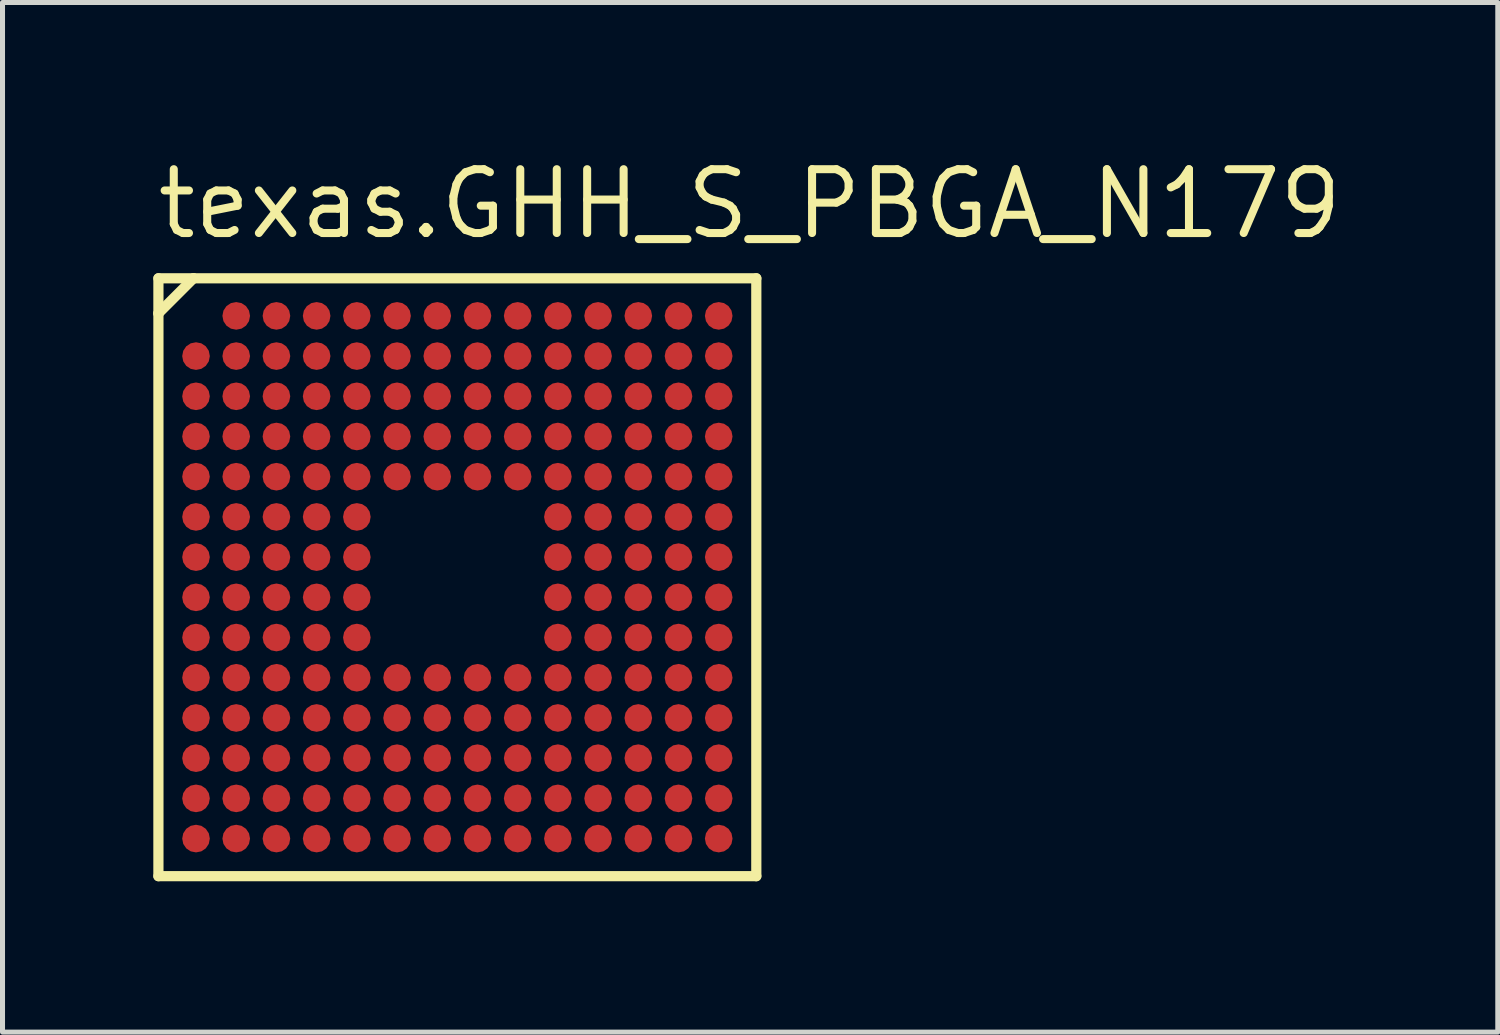
<source format=kicad_pcb>
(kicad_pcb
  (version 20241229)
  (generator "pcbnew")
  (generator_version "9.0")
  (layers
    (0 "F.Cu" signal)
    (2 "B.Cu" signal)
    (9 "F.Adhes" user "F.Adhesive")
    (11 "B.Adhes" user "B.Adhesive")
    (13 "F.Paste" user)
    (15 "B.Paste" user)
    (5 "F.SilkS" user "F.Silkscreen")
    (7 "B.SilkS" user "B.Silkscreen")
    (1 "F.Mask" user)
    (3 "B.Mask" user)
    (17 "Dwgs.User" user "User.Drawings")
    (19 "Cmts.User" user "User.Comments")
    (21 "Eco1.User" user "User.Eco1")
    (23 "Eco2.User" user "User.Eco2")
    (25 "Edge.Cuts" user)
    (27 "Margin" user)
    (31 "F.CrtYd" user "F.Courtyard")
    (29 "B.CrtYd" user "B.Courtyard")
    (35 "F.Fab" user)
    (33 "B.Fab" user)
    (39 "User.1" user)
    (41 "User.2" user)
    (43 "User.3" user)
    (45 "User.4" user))
  (footprint "texas.GHH_S_PBGA_N179"
    (layer "F.Cu")
    (at 6.05 8.435)
    (property "Reference" "texas.GHH_S_PBGA_N179" (at -6.05 -6.685 0) (layer "F.SilkS") (effects (font (size 1.27 1.27) (thickness 0.16)) (justify left bottom)))
    (attr smd)
    (fp_circle (center -5.2 -4.4) (end -4.925 -4.4) (stroke (width 0.1) (type default)) (fill no) (layer "F.Mask"))
    (fp_circle (center -5.2 -3.6) (end -4.925 -3.6) (stroke (width 0.1) (type default)) (fill no) (layer "F.Mask"))
    (fp_circle (center -5.2 -2.8) (end -4.925 -2.8) (stroke (width 0.1) (type default)) (fill no) (layer "F.Mask"))
    (fp_circle (center -5.2 -2) (end -4.925 -2) (stroke (width 0.1) (type default)) (fill no) (layer "F.Mask"))
    (fp_circle (center -5.2 -1.2) (end -4.925 -1.2) (stroke (width 0.1) (type default)) (fill no) (layer "F.Mask"))
    (fp_circle (center -5.2 -0.4) (end -4.925 -0.4) (stroke (width 0.1) (type default)) (fill no) (layer "F.Mask"))
    (fp_circle (center -5.2 0.4) (end -4.925 0.4) (stroke (width 0.1) (type default)) (fill no) (layer "F.Mask"))
    (fp_circle (center -5.2 1.2) (end -4.925 1.2) (stroke (width 0.1) (type default)) (fill no) (layer "F.Mask"))
    (fp_circle (center -5.2 2) (end -4.925 2) (stroke (width 0.1) (type default)) (fill no) (layer "F.Mask"))
    (fp_circle (center -5.2 2.8) (end -4.925 2.8) (stroke (width 0.1) (type default)) (fill no) (layer "F.Mask"))
    (fp_circle (center -5.2 3.6) (end -4.925 3.6) (stroke (width 0.1) (type default)) (fill no) (layer "F.Mask"))
    (fp_circle (center -5.2 4.4) (end -4.925 4.4) (stroke (width 0.1) (type default)) (fill no) (layer "F.Mask"))
    (fp_circle (center -5.2 5.2) (end -4.925 5.2) (stroke (width 0.1) (type default)) (fill no) (layer "F.Mask"))
    (fp_circle (center -4.4 -5.2) (end -4.125 -5.2) (stroke (width 0.1) (type default)) (fill no) (layer "F.Mask"))
    (fp_circle (center -4.4 -4.4) (end -4.125 -4.4) (stroke (width 0.1) (type default)) (fill no) (layer "F.Mask"))
    (fp_circle (center -4.4 -3.6) (end -4.125 -3.6) (stroke (width 0.1) (type default)) (fill no) (layer "F.Mask"))
    (fp_circle (center -4.4 -2.8) (end -4.125 -2.8) (stroke (width 0.1) (type default)) (fill no) (layer "F.Mask"))
    (fp_circle (center -4.4 -2) (end -4.125 -2) (stroke (width 0.1) (type default)) (fill no) (layer "F.Mask"))
    (fp_circle (center -4.4 -1.2) (end -4.125 -1.2) (stroke (width 0.1) (type default)) (fill no) (layer "F.Mask"))
    (fp_circle (center -4.4 -0.4) (end -4.125 -0.4) (stroke (width 0.1) (type default)) (fill no) (layer "F.Mask"))
    (fp_circle (center -4.4 0.4) (end -4.125 0.4) (stroke (width 0.1) (type default)) (fill no) (layer "F.Mask"))
    (fp_circle (center -4.4 1.2) (end -4.125 1.2) (stroke (width 0.1) (type default)) (fill no) (layer "F.Mask"))
    (fp_circle (center -4.4 2) (end -4.125 2) (stroke (width 0.1) (type default)) (fill no) (layer "F.Mask"))
    (fp_circle (center -4.4 2.8) (end -4.125 2.8) (stroke (width 0.1) (type default)) (fill no) (layer "F.Mask"))
    (fp_circle (center -4.4 3.6) (end -4.125 3.6) (stroke (width 0.1) (type default)) (fill no) (layer "F.Mask"))
    (fp_circle (center -4.4 4.4) (end -4.125 4.4) (stroke (width 0.1) (type default)) (fill no) (layer "F.Mask"))
    (fp_circle (center -4.4 5.2) (end -4.125 5.2) (stroke (width 0.1) (type default)) (fill no) (layer "F.Mask"))
    (fp_circle (center -3.6 -5.2) (end -3.325 -5.2) (stroke (width 0.1) (type default)) (fill no) (layer "F.Mask"))
    (fp_circle (center -3.6 -4.4) (end -3.325 -4.4) (stroke (width 0.1) (type default)) (fill no) (layer "F.Mask"))
    (fp_circle (center -3.6 -3.6) (end -3.325 -3.6) (stroke (width 0.1) (type default)) (fill no) (layer "F.Mask"))
    (fp_circle (center -3.6 -2.8) (end -3.325 -2.8) (stroke (width 0.1) (type default)) (fill no) (layer "F.Mask"))
    (fp_circle (center -3.6 -2) (end -3.325 -2) (stroke (width 0.1) (type default)) (fill no) (layer "F.Mask"))
    (fp_circle (center -3.6 -1.2) (end -3.325 -1.2) (stroke (width 0.1) (type default)) (fill no) (layer "F.Mask"))
    (fp_circle (center -3.6 -0.4) (end -3.325 -0.4) (stroke (width 0.1) (type default)) (fill no) (layer "F.Mask"))
    (fp_circle (center -3.6 0.4) (end -3.325 0.4) (stroke (width 0.1) (type default)) (fill no) (layer "F.Mask"))
    (fp_circle (center -3.6 1.2) (end -3.325 1.2) (stroke (width 0.1) (type default)) (fill no) (layer "F.Mask"))
    (fp_circle (center -3.6 2) (end -3.325 2) (stroke (width 0.1) (type default)) (fill no) (layer "F.Mask"))
    (fp_circle (center -3.6 2.8) (end -3.325 2.8) (stroke (width 0.1) (type default)) (fill no) (layer "F.Mask"))
    (fp_circle (center -3.6 3.6) (end -3.325 3.6) (stroke (width 0.1) (type default)) (fill no) (layer "F.Mask"))
    (fp_circle (center -3.6 4.4) (end -3.325 4.4) (stroke (width 0.1) (type default)) (fill no) (layer "F.Mask"))
    (fp_circle (center -3.6 5.2) (end -3.325 5.2) (stroke (width 0.1) (type default)) (fill no) (layer "F.Mask"))
    (fp_circle (center -2.8 -5.2) (end -2.525 -5.2) (stroke (width 0.1) (type default)) (fill no) (layer "F.Mask"))
    (fp_circle (center -2.8 -4.4) (end -2.525 -4.4) (stroke (width 0.1) (type default)) (fill no) (layer "F.Mask"))
    (fp_circle (center -2.8 -3.6) (end -2.525 -3.6) (stroke (width 0.1) (type default)) (fill no) (layer "F.Mask"))
    (fp_circle (center -2.8 -2.8) (end -2.525 -2.8) (stroke (width 0.1) (type default)) (fill no) (layer "F.Mask"))
    (fp_circle (center -2.8 -2) (end -2.525 -2) (stroke (width 0.1) (type default)) (fill no) (layer "F.Mask"))
    (fp_circle (center -2.8 -1.2) (end -2.525 -1.2) (stroke (width 0.1) (type default)) (fill no) (layer "F.Mask"))
    (fp_circle (center -2.8 -0.4) (end -2.525 -0.4) (stroke (width 0.1) (type default)) (fill no) (layer "F.Mask"))
    (fp_circle (center -2.8 0.4) (end -2.525 0.4) (stroke (width 0.1) (type default)) (fill no) (layer "F.Mask"))
    (fp_circle (center -2.8 1.2) (end -2.525 1.2) (stroke (width 0.1) (type default)) (fill no) (layer "F.Mask"))
    (fp_circle (center -2.8 2) (end -2.525 2) (stroke (width 0.1) (type default)) (fill no) (layer "F.Mask"))
    (fp_circle (center -2.8 2.8) (end -2.525 2.8) (stroke (width 0.1) (type default)) (fill no) (layer "F.Mask"))
    (fp_circle (center -2.8 3.6) (end -2.525 3.6) (stroke (width 0.1) (type default)) (fill no) (layer "F.Mask"))
    (fp_circle (center -2.8 4.4) (end -2.525 4.4) (stroke (width 0.1) (type default)) (fill no) (layer "F.Mask"))
    (fp_circle (center -2.8 5.2) (end -2.525 5.2) (stroke (width 0.1) (type default)) (fill no) (layer "F.Mask"))
    (fp_circle (center -2 -5.2) (end -1.725 -5.2) (stroke (width 0.1) (type default)) (fill no) (layer "F.Mask"))
    (fp_circle (center -2 -4.4) (end -1.725 -4.4) (stroke (width 0.1) (type default)) (fill no) (layer "F.Mask"))
    (fp_circle (center -2 -3.6) (end -1.725 -3.6) (stroke (width 0.1) (type default)) (fill no) (layer "F.Mask"))
    (fp_circle (center -2 -2.8) (end -1.725 -2.8) (stroke (width 0.1) (type default)) (fill no) (layer "F.Mask"))
    (fp_circle (center -2 -2) (end -1.725 -2) (stroke (width 0.1) (type default)) (fill no) (layer "F.Mask"))
    (fp_circle (center -2 -1.2) (end -1.725 -1.2) (stroke (width 0.1) (type default)) (fill no) (layer "F.Mask"))
    (fp_circle (center -2 -0.4) (end -1.725 -0.4) (stroke (width 0.1) (type default)) (fill no) (layer "F.Mask"))
    (fp_circle (center -2 0.4) (end -1.725 0.4) (stroke (width 0.1) (type default)) (fill no) (layer "F.Mask"))
    (fp_circle (center -2 1.2) (end -1.725 1.2) (stroke (width 0.1) (type default)) (fill no) (layer "F.Mask"))
    (fp_circle (center -2 2) (end -1.725 2) (stroke (width 0.1) (type default)) (fill no) (layer "F.Mask"))
    (fp_circle (center -2 2.8) (end -1.725 2.8) (stroke (width 0.1) (type default)) (fill no) (layer "F.Mask"))
    (fp_circle (center -2 3.6) (end -1.725 3.6) (stroke (width 0.1) (type default)) (fill no) (layer "F.Mask"))
    (fp_circle (center -2 4.4) (end -1.725 4.4) (stroke (width 0.1) (type default)) (fill no) (layer "F.Mask"))
    (fp_circle (center -2 5.2) (end -1.725 5.2) (stroke (width 0.1) (type default)) (fill no) (layer "F.Mask"))
    (fp_circle (center -1.2 -5.2) (end -0.925 -5.2) (stroke (width 0.1) (type default)) (fill no) (layer "F.Mask"))
    (fp_circle (center -1.2 -4.4) (end -0.925 -4.4) (stroke (width 0.1) (type default)) (fill no) (layer "F.Mask"))
    (fp_circle (center -1.2 -3.6) (end -0.925 -3.6) (stroke (width 0.1) (type default)) (fill no) (layer "F.Mask"))
    (fp_circle (center -1.2 -2.8) (end -0.925 -2.8) (stroke (width 0.1) (type default)) (fill no) (layer "F.Mask"))
    (fp_circle (center -1.2 -2) (end -0.925 -2) (stroke (width 0.1) (type default)) (fill no) (layer "F.Mask"))
    (fp_circle (center -1.2 2) (end -0.925 2) (stroke (width 0.1) (type default)) (fill no) (layer "F.Mask"))
    (fp_circle (center -1.2 2.8) (end -0.925 2.8) (stroke (width 0.1) (type default)) (fill no) (layer "F.Mask"))
    (fp_circle (center -1.2 3.6) (end -0.925 3.6) (stroke (width 0.1) (type default)) (fill no) (layer "F.Mask"))
    (fp_circle (center -1.2 4.4) (end -0.925 4.4) (stroke (width 0.1) (type default)) (fill no) (layer "F.Mask"))
    (fp_circle (center -1.2 5.2) (end -0.925 5.2) (stroke (width 0.1) (type default)) (fill no) (layer "F.Mask"))
    (fp_circle (center -0.4 -5.2) (end -0.125 -5.2) (stroke (width 0.1) (type default)) (fill no) (layer "F.Mask"))
    (fp_circle (center -0.4 -4.4) (end -0.125 -4.4) (stroke (width 0.1) (type default)) (fill no) (layer "F.Mask"))
    (fp_circle (center -0.4 -3.6) (end -0.125 -3.6) (stroke (width 0.1) (type default)) (fill no) (layer "F.Mask"))
    (fp_circle (center -0.4 -2.8) (end -0.125 -2.8) (stroke (width 0.1) (type default)) (fill no) (layer "F.Mask"))
    (fp_circle (center -0.4 -2) (end -0.125 -2) (stroke (width 0.1) (type default)) (fill no) (layer "F.Mask"))
    (fp_circle (center -0.4 2) (end -0.125 2) (stroke (width 0.1) (type default)) (fill no) (layer "F.Mask"))
    (fp_circle (center -0.4 2.8) (end -0.125 2.8) (stroke (width 0.1) (type default)) (fill no) (layer "F.Mask"))
    (fp_circle (center -0.4 3.6) (end -0.125 3.6) (stroke (width 0.1) (type default)) (fill no) (layer "F.Mask"))
    (fp_circle (center -0.4 4.4) (end -0.125 4.4) (stroke (width 0.1) (type default)) (fill no) (layer "F.Mask"))
    (fp_circle (center -0.4 5.2) (end -0.125 5.2) (stroke (width 0.1) (type default)) (fill no) (layer "F.Mask"))
    (fp_circle (center 0.4 -5.2) (end 0.675 -5.2) (stroke (width 0.1) (type default)) (fill no) (layer "F.Mask"))
    (fp_circle (center 0.4 -4.4) (end 0.675 -4.4) (stroke (width 0.1) (type default)) (fill no) (layer "F.Mask"))
    (fp_circle (center 0.4 -3.6) (end 0.675 -3.6) (stroke (width 0.1) (type default)) (fill no) (layer "F.Mask"))
    (fp_circle (center 0.4 -2.8) (end 0.675 -2.8) (stroke (width 0.1) (type default)) (fill no) (layer "F.Mask"))
    (fp_circle (center 0.4 -2) (end 0.675 -2) (stroke (width 0.1) (type default)) (fill no) (layer "F.Mask"))
    (fp_circle (center 0.4 2) (end 0.675 2) (stroke (width 0.1) (type default)) (fill no) (layer "F.Mask"))
    (fp_circle (center 0.4 2.8) (end 0.675 2.8) (stroke (width 0.1) (type default)) (fill no) (layer "F.Mask"))
    (fp_circle (center 0.4 3.6) (end 0.675 3.6) (stroke (width 0.1) (type default)) (fill no) (layer "F.Mask"))
    (fp_circle (center 0.4 4.4) (end 0.675 4.4) (stroke (width 0.1) (type default)) (fill no) (layer "F.Mask"))
    (fp_circle (center 0.4 5.2) (end 0.675 5.2) (stroke (width 0.1) (type default)) (fill no) (layer "F.Mask"))
    (fp_circle (center 1.2 -5.2) (end 1.475 -5.2) (stroke (width 0.1) (type default)) (fill no) (layer "F.Mask"))
    (fp_circle (center 1.2 -4.4) (end 1.475 -4.4) (stroke (width 0.1) (type default)) (fill no) (layer "F.Mask"))
    (fp_circle (center 1.2 -3.6) (end 1.475 -3.6) (stroke (width 0.1) (type default)) (fill no) (layer "F.Mask"))
    (fp_circle (center 1.2 -2.8) (end 1.475 -2.8) (stroke (width 0.1) (type default)) (fill no) (layer "F.Mask"))
    (fp_circle (center 1.2 -2) (end 1.475 -2) (stroke (width 0.1) (type default)) (fill no) (layer "F.Mask"))
    (fp_circle (center 1.2 2) (end 1.475 2) (stroke (width 0.1) (type default)) (fill no) (layer "F.Mask"))
    (fp_circle (center 1.2 2.8) (end 1.475 2.8) (stroke (width 0.1) (type default)) (fill no) (layer "F.Mask"))
    (fp_circle (center 1.2 3.6) (end 1.475 3.6) (stroke (width 0.1) (type default)) (fill no) (layer "F.Mask"))
    (fp_circle (center 1.2 4.4) (end 1.475 4.4) (stroke (width 0.1) (type default)) (fill no) (layer "F.Mask"))
    (fp_circle (center 1.2 5.2) (end 1.475 5.2) (stroke (width 0.1) (type default)) (fill no) (layer "F.Mask"))
    (fp_circle (center 2 -5.2) (end 2.275 -5.2) (stroke (width 0.1) (type default)) (fill no) (layer "F.Mask"))
    (fp_circle (center 2 -4.4) (end 2.275 -4.4) (stroke (width 0.1) (type default)) (fill no) (layer "F.Mask"))
    (fp_circle (center 2 -3.6) (end 2.275 -3.6) (stroke (width 0.1) (type default)) (fill no) (layer "F.Mask"))
    (fp_circle (center 2 -2.8) (end 2.275 -2.8) (stroke (width 0.1) (type default)) (fill no) (layer "F.Mask"))
    (fp_circle (center 2 -2) (end 2.275 -2) (stroke (width 0.1) (type default)) (fill no) (layer "F.Mask"))
    (fp_circle (center 2 -1.2) (end 2.275 -1.2) (stroke (width 0.1) (type default)) (fill no) (layer "F.Mask"))
    (fp_circle (center 2 -0.4) (end 2.275 -0.4) (stroke (width 0.1) (type default)) (fill no) (layer "F.Mask"))
    (fp_circle (center 2 0.4) (end 2.275 0.4) (stroke (width 0.1) (type default)) (fill no) (layer "F.Mask"))
    (fp_circle (center 2 1.2) (end 2.275 1.2) (stroke (width 0.1) (type default)) (fill no) (layer "F.Mask"))
    (fp_circle (center 2 2) (end 2.275 2) (stroke (width 0.1) (type default)) (fill no) (layer "F.Mask"))
    (fp_circle (center 2 2.8) (end 2.275 2.8) (stroke (width 0.1) (type default)) (fill no) (layer "F.Mask"))
    (fp_circle (center 2 3.6) (end 2.275 3.6) (stroke (width 0.1) (type default)) (fill no) (layer "F.Mask"))
    (fp_circle (center 2 4.4) (end 2.275 4.4) (stroke (width 0.1) (type default)) (fill no) (layer "F.Mask"))
    (fp_circle (center 2 5.2) (end 2.275 5.2) (stroke (width 0.1) (type default)) (fill no) (layer "F.Mask"))
    (fp_circle (center 2.8 -5.2) (end 3.075 -5.2) (stroke (width 0.1) (type default)) (fill no) (layer "F.Mask"))
    (fp_circle (center 2.8 -4.4) (end 3.075 -4.4) (stroke (width 0.1) (type default)) (fill no) (layer "F.Mask"))
    (fp_circle (center 2.8 -3.6) (end 3.075 -3.6) (stroke (width 0.1) (type default)) (fill no) (layer "F.Mask"))
    (fp_circle (center 2.8 -2.8) (end 3.075 -2.8) (stroke (width 0.1) (type default)) (fill no) (layer "F.Mask"))
    (fp_circle (center 2.8 -2) (end 3.075 -2) (stroke (width 0.1) (type default)) (fill no) (layer "F.Mask"))
    (fp_circle (center 2.8 -1.2) (end 3.075 -1.2) (stroke (width 0.1) (type default)) (fill no) (layer "F.Mask"))
    (fp_circle (center 2.8 -0.4) (end 3.075 -0.4) (stroke (width 0.1) (type default)) (fill no) (layer "F.Mask"))
    (fp_circle (center 2.8 0.4) (end 3.075 0.4) (stroke (width 0.1) (type default)) (fill no) (layer "F.Mask"))
    (fp_circle (center 2.8 1.2) (end 3.075 1.2) (stroke (width 0.1) (type default)) (fill no) (layer "F.Mask"))
    (fp_circle (center 2.8 2) (end 3.075 2) (stroke (width 0.1) (type default)) (fill no) (layer "F.Mask"))
    (fp_circle (center 2.8 2.8) (end 3.075 2.8) (stroke (width 0.1) (type default)) (fill no) (layer "F.Mask"))
    (fp_circle (center 2.8 3.6) (end 3.075 3.6) (stroke (width 0.1) (type default)) (fill no) (layer "F.Mask"))
    (fp_circle (center 2.8 4.4) (end 3.075 4.4) (stroke (width 0.1) (type default)) (fill no) (layer "F.Mask"))
    (fp_circle (center 2.8 5.2) (end 3.075 5.2) (stroke (width 0.1) (type default)) (fill no) (layer "F.Mask"))
    (fp_circle (center 3.6 -5.2) (end 3.875 -5.2) (stroke (width 0.1) (type default)) (fill no) (layer "F.Mask"))
    (fp_circle (center 3.6 -4.4) (end 3.875 -4.4) (stroke (width 0.1) (type default)) (fill no) (layer "F.Mask"))
    (fp_circle (center 3.6 -3.6) (end 3.875 -3.6) (stroke (width 0.1) (type default)) (fill no) (layer "F.Mask"))
    (fp_circle (center 3.6 -2.8) (end 3.875 -2.8) (stroke (width 0.1) (type default)) (fill no) (layer "F.Mask"))
    (fp_circle (center 3.6 -2) (end 3.875 -2) (stroke (width 0.1) (type default)) (fill no) (layer "F.Mask"))
    (fp_circle (center 3.6 -1.2) (end 3.875 -1.2) (stroke (width 0.1) (type default)) (fill no) (layer "F.Mask"))
    (fp_circle (center 3.6 -0.4) (end 3.875 -0.4) (stroke (width 0.1) (type default)) (fill no) (layer "F.Mask"))
    (fp_circle (center 3.6 0.4) (end 3.875 0.4) (stroke (width 0.1) (type default)) (fill no) (layer "F.Mask"))
    (fp_circle (center 3.6 1.2) (end 3.875 1.2) (stroke (width 0.1) (type default)) (fill no) (layer "F.Mask"))
    (fp_circle (center 3.6 2) (end 3.875 2) (stroke (width 0.1) (type default)) (fill no) (layer "F.Mask"))
    (fp_circle (center 3.6 2.8) (end 3.875 2.8) (stroke (width 0.1) (type default)) (fill no) (layer "F.Mask"))
    (fp_circle (center 3.6 3.6) (end 3.875 3.6) (stroke (width 0.1) (type default)) (fill no) (layer "F.Mask"))
    (fp_circle (center 3.6 4.4) (end 3.875 4.4) (stroke (width 0.1) (type default)) (fill no) (layer "F.Mask"))
    (fp_circle (center 3.6 5.2) (end 3.875 5.2) (stroke (width 0.1) (type default)) (fill no) (layer "F.Mask"))
    (fp_circle (center 4.4 -5.2) (end 4.675 -5.2) (stroke (width 0.1) (type default)) (fill no) (layer "F.Mask"))
    (fp_circle (center 4.4 -4.4) (end 4.675 -4.4) (stroke (width 0.1) (type default)) (fill no) (layer "F.Mask"))
    (fp_circle (center 4.4 -3.6) (end 4.675 -3.6) (stroke (width 0.1) (type default)) (fill no) (layer "F.Mask"))
    (fp_circle (center 4.4 -2.8) (end 4.675 -2.8) (stroke (width 0.1) (type default)) (fill no) (layer "F.Mask"))
    (fp_circle (center 4.4 -2) (end 4.675 -2) (stroke (width 0.1) (type default)) (fill no) (layer "F.Mask"))
    (fp_circle (center 4.4 -1.2) (end 4.675 -1.2) (stroke (width 0.1) (type default)) (fill no) (layer "F.Mask"))
    (fp_circle (center 4.4 -0.4) (end 4.675 -0.4) (stroke (width 0.1) (type default)) (fill no) (layer "F.Mask"))
    (fp_circle (center 4.4 0.4) (end 4.675 0.4) (stroke (width 0.1) (type default)) (fill no) (layer "F.Mask"))
    (fp_circle (center 4.4 1.2) (end 4.675 1.2) (stroke (width 0.1) (type default)) (fill no) (layer "F.Mask"))
    (fp_circle (center 4.4 2) (end 4.675 2) (stroke (width 0.1) (type default)) (fill no) (layer "F.Mask"))
    (fp_circle (center 4.4 2.8) (end 4.675 2.8) (stroke (width 0.1) (type default)) (fill no) (layer "F.Mask"))
    (fp_circle (center 4.4 3.6) (end 4.675 3.6) (stroke (width 0.1) (type default)) (fill no) (layer "F.Mask"))
    (fp_circle (center 4.4 4.4) (end 4.675 4.4) (stroke (width 0.1) (type default)) (fill no) (layer "F.Mask"))
    (fp_circle (center 4.4 5.2) (end 4.675 5.2) (stroke (width 0.1) (type default)) (fill no) (layer "F.Mask"))
    (fp_circle (center 5.2 -5.2) (end 5.475 -5.2) (stroke (width 0.1) (type default)) (fill no) (layer "F.Mask"))
    (fp_circle (center 5.2 -4.4) (end 5.475 -4.4) (stroke (width 0.1) (type default)) (fill no) (layer "F.Mask"))
    (fp_circle (center 5.2 -3.6) (end 5.475 -3.6) (stroke (width 0.1) (type default)) (fill no) (layer "F.Mask"))
    (fp_circle (center 5.2 -2.8) (end 5.475 -2.8) (stroke (width 0.1) (type default)) (fill no) (layer "F.Mask"))
    (fp_circle (center 5.2 -2) (end 5.475 -2) (stroke (width 0.1) (type default)) (fill no) (layer "F.Mask"))
    (fp_circle (center 5.2 -1.2) (end 5.475 -1.2) (stroke (width 0.1) (type default)) (fill no) (layer "F.Mask"))
    (fp_circle (center 5.2 -0.4) (end 5.475 -0.4) (stroke (width 0.1) (type default)) (fill no) (layer "F.Mask"))
    (fp_circle (center 5.2 0.4) (end 5.475 0.4) (stroke (width 0.1) (type default)) (fill no) (layer "F.Mask"))
    (fp_circle (center 5.2 1.2) (end 5.475 1.2) (stroke (width 0.1) (type default)) (fill no) (layer "F.Mask"))
    (fp_circle (center 5.2 2) (end 5.475 2) (stroke (width 0.1) (type default)) (fill no) (layer "F.Mask"))
    (fp_circle (center 5.2 2.8) (end 5.475 2.8) (stroke (width 0.1) (type default)) (fill no) (layer "F.Mask"))
    (fp_circle (center 5.2 3.6) (end 5.475 3.6) (stroke (width 0.1) (type default)) (fill no) (layer "F.Mask"))
    (fp_circle (center 5.2 4.4) (end 5.475 4.4) (stroke (width 0.1) (type default)) (fill no) (layer "F.Mask"))
    (fp_circle (center 5.2 5.2) (end 5.475 5.2) (stroke (width 0.1) (type default)) (fill no) (layer "F.Mask"))
    (fp_line (start -5.948 -5.948) (end -5.948 -5.25) (stroke (width 0.203) (type default)) (layer "F.SilkS"))
    (fp_line (start -5.948 -5.25) (end -5.948 5.948) (stroke (width 0.203) (type default)) (layer "F.SilkS"))
    (fp_line (start -5.948 -5.25) (end -5.25 -5.948) (stroke (width 0.203) (type default)) (layer "F.SilkS"))
    (fp_line (start -5.948 5.948) (end 5.948 5.948) (stroke (width 0.203) (type default)) (layer "F.SilkS"))
    (fp_line (start -5.25 -5.948) (end -5.948 -5.948) (stroke (width 0.203) (type default)) (layer "F.SilkS"))
    (fp_line (start 5.948 -5.948) (end -5.25 -5.948) (stroke (width 0.203) (type default)) (layer "F.SilkS"))
    (fp_line (start 5.948 5.948) (end 5.948 -5.948) (stroke (width 0.203) (type default)) (layer "F.SilkS"))
    (pad "A2" smd roundrect (at -4.4 -5.2) (size 0.55 0.55) (layers "F.Cu" "F.Mask" "F.Paste") (roundrect_rratio 0.5))
    (pad "A3" smd roundrect (at -3.6 -5.2) (size 0.55 0.55) (layers "F.Cu" "F.Mask" "F.Paste") (roundrect_rratio 0.5))
    (pad "A4" smd roundrect (at -2.8 -5.2) (size 0.55 0.55) (layers "F.Cu" "F.Mask" "F.Paste") (roundrect_rratio 0.5))
    (pad "A5" smd roundrect (at -2 -5.2) (size 0.55 0.55) (layers "F.Cu" "F.Mask" "F.Paste") (roundrect_rratio 0.5))
    (pad "A6" smd roundrect (at -1.2 -5.2) (size 0.55 0.55) (layers "F.Cu" "F.Mask" "F.Paste") (roundrect_rratio 0.5))
    (pad "A7" smd roundrect (at -0.4 -5.2) (size 0.55 0.55) (layers "F.Cu" "F.Mask" "F.Paste") (roundrect_rratio 0.5))
    (pad "A8" smd roundrect (at 0.4 -5.2) (size 0.55 0.55) (layers "F.Cu" "F.Mask" "F.Paste") (roundrect_rratio 0.5))
    (pad "A9" smd roundrect (at 1.2 -5.2) (size 0.55 0.55) (layers "F.Cu" "F.Mask" "F.Paste") (roundrect_rratio 0.5))
    (pad "A10" smd roundrect (at 2 -5.2) (size 0.55 0.55) (layers "F.Cu" "F.Mask" "F.Paste") (roundrect_rratio 0.5))
    (pad "A11" smd roundrect (at 2.8 -5.2) (size 0.55 0.55) (layers "F.Cu" "F.Mask" "F.Paste") (roundrect_rratio 0.5))
    (pad "A12" smd roundrect (at 3.6 -5.2) (size 0.55 0.55) (layers "F.Cu" "F.Mask" "F.Paste") (roundrect_rratio 0.5))
    (pad "A13" smd roundrect (at 4.4 -5.2) (size 0.55 0.55) (layers "F.Cu" "F.Mask" "F.Paste") (roundrect_rratio 0.5))
    (pad "A14" smd roundrect (at 5.2 -5.2) (size 0.55 0.55) (layers "F.Cu" "F.Mask" "F.Paste") (roundrect_rratio 0.5))
    (pad "B1" smd roundrect (at -5.2 -4.4) (size 0.55 0.55) (layers "F.Cu" "F.Mask" "F.Paste") (roundrect_rratio 0.5))
    (pad "B2" smd roundrect (at -4.4 -4.4) (size 0.55 0.55) (layers "F.Cu" "F.Mask" "F.Paste") (roundrect_rratio 0.5))
    (pad "B3" smd roundrect (at -3.6 -4.4) (size 0.55 0.55) (layers "F.Cu" "F.Mask" "F.Paste") (roundrect_rratio 0.5))
    (pad "B4" smd roundrect (at -2.8 -4.4) (size 0.55 0.55) (layers "F.Cu" "F.Mask" "F.Paste") (roundrect_rratio 0.5))
    (pad "B5" smd roundrect (at -2 -4.4) (size 0.55 0.55) (layers "F.Cu" "F.Mask" "F.Paste") (roundrect_rratio 0.5))
    (pad "B6" smd roundrect (at -1.2 -4.4) (size 0.55 0.55) (layers "F.Cu" "F.Mask" "F.Paste") (roundrect_rratio 0.5))
    (pad "B7" smd roundrect (at -0.4 -4.4) (size 0.55 0.55) (layers "F.Cu" "F.Mask" "F.Paste") (roundrect_rratio 0.5))
    (pad "B8" smd roundrect (at 0.4 -4.4) (size 0.55 0.55) (layers "F.Cu" "F.Mask" "F.Paste") (roundrect_rratio 0.5))
    (pad "B9" smd roundrect (at 1.2 -4.4) (size 0.55 0.55) (layers "F.Cu" "F.Mask" "F.Paste") (roundrect_rratio 0.5))
    (pad "B10" smd roundrect (at 2 -4.4) (size 0.55 0.55) (layers "F.Cu" "F.Mask" "F.Paste") (roundrect_rratio 0.5))
    (pad "B11" smd roundrect (at 2.8 -4.4) (size 0.55 0.55) (layers "F.Cu" "F.Mask" "F.Paste") (roundrect_rratio 0.5))
    (pad "B12" smd roundrect (at 3.6 -4.4) (size 0.55 0.55) (layers "F.Cu" "F.Mask" "F.Paste") (roundrect_rratio 0.5))
    (pad "B13" smd roundrect (at 4.4 -4.4) (size 0.55 0.55) (layers "F.Cu" "F.Mask" "F.Paste") (roundrect_rratio 0.5))
    (pad "B14" smd roundrect (at 5.2 -4.4) (size 0.55 0.55) (layers "F.Cu" "F.Mask" "F.Paste") (roundrect_rratio 0.5))
    (pad "C1" smd roundrect (at -5.2 -3.6) (size 0.55 0.55) (layers "F.Cu" "F.Mask" "F.Paste") (roundrect_rratio 0.5))
    (pad "C2" smd roundrect (at -4.4 -3.6) (size 0.55 0.55) (layers "F.Cu" "F.Mask" "F.Paste") (roundrect_rratio 0.5))
    (pad "C3" smd roundrect (at -3.6 -3.6) (size 0.55 0.55) (layers "F.Cu" "F.Mask" "F.Paste") (roundrect_rratio 0.5))
    (pad "C4" smd roundrect (at -2.8 -3.6) (size 0.55 0.55) (layers "F.Cu" "F.Mask" "F.Paste") (roundrect_rratio 0.5))
    (pad "C5" smd roundrect (at -2 -3.6) (size 0.55 0.55) (layers "F.Cu" "F.Mask" "F.Paste") (roundrect_rratio 0.5))
    (pad "C6" smd roundrect (at -1.2 -3.6) (size 0.55 0.55) (layers "F.Cu" "F.Mask" "F.Paste") (roundrect_rratio 0.5))
    (pad "C7" smd roundrect (at -0.4 -3.6) (size 0.55 0.55) (layers "F.Cu" "F.Mask" "F.Paste") (roundrect_rratio 0.5))
    (pad "C8" smd roundrect (at 0.4 -3.6) (size 0.55 0.55) (layers "F.Cu" "F.Mask" "F.Paste") (roundrect_rratio 0.5))
    (pad "C9" smd roundrect (at 1.2 -3.6) (size 0.55 0.55) (layers "F.Cu" "F.Mask" "F.Paste") (roundrect_rratio 0.5))
    (pad "C10" smd roundrect (at 2 -3.6) (size 0.55 0.55) (layers "F.Cu" "F.Mask" "F.Paste") (roundrect_rratio 0.5))
    (pad "C11" smd roundrect (at 2.8 -3.6) (size 0.55 0.55) (layers "F.Cu" "F.Mask" "F.Paste") (roundrect_rratio 0.5))
    (pad "C12" smd roundrect (at 3.6 -3.6) (size 0.55 0.55) (layers "F.Cu" "F.Mask" "F.Paste") (roundrect_rratio 0.5))
    (pad "C13" smd roundrect (at 4.4 -3.6) (size 0.55 0.55) (layers "F.Cu" "F.Mask" "F.Paste") (roundrect_rratio 0.5))
    (pad "C14" smd roundrect (at 5.2 -3.6) (size 0.55 0.55) (layers "F.Cu" "F.Mask" "F.Paste") (roundrect_rratio 0.5))
    (pad "D1" smd roundrect (at -5.2 -2.8) (size 0.55 0.55) (layers "F.Cu" "F.Mask" "F.Paste") (roundrect_rratio 0.5))
    (pad "D2" smd roundrect (at -4.4 -2.8) (size 0.55 0.55) (layers "F.Cu" "F.Mask" "F.Paste") (roundrect_rratio 0.5))
    (pad "D3" smd roundrect (at -3.6 -2.8) (size 0.55 0.55) (layers "F.Cu" "F.Mask" "F.Paste") (roundrect_rratio 0.5))
    (pad "D4" smd roundrect (at -2.8 -2.8) (size 0.55 0.55) (layers "F.Cu" "F.Mask" "F.Paste") (roundrect_rratio 0.5))
    (pad "D5" smd roundrect (at -2 -2.8) (size 0.55 0.55) (layers "F.Cu" "F.Mask" "F.Paste") (roundrect_rratio 0.5))
    (pad "D6" smd roundrect (at -1.2 -2.8) (size 0.55 0.55) (layers "F.Cu" "F.Mask" "F.Paste") (roundrect_rratio 0.5))
    (pad "D7" smd roundrect (at -0.4 -2.8) (size 0.55 0.55) (layers "F.Cu" "F.Mask" "F.Paste") (roundrect_rratio 0.5))
    (pad "D8" smd roundrect (at 0.4 -2.8) (size 0.55 0.55) (layers "F.Cu" "F.Mask" "F.Paste") (roundrect_rratio 0.5))
    (pad "D9" smd roundrect (at 1.2 -2.8) (size 0.55 0.55) (layers "F.Cu" "F.Mask" "F.Paste") (roundrect_rratio 0.5))
    (pad "D10" smd roundrect (at 2 -2.8) (size 0.55 0.55) (layers "F.Cu" "F.Mask" "F.Paste") (roundrect_rratio 0.5))
    (pad "D11" smd roundrect (at 2.8 -2.8) (size 0.55 0.55) (layers "F.Cu" "F.Mask" "F.Paste") (roundrect_rratio 0.5))
    (pad "D12" smd roundrect (at 3.6 -2.8) (size 0.55 0.55) (layers "F.Cu" "F.Mask" "F.Paste") (roundrect_rratio 0.5))
    (pad "D13" smd roundrect (at 4.4 -2.8) (size 0.55 0.55) (layers "F.Cu" "F.Mask" "F.Paste") (roundrect_rratio 0.5))
    (pad "D14" smd roundrect (at 5.2 -2.8) (size 0.55 0.55) (layers "F.Cu" "F.Mask" "F.Paste") (roundrect_rratio 0.5))
    (pad "E1" smd roundrect (at -5.2 -2) (size 0.55 0.55) (layers "F.Cu" "F.Mask" "F.Paste") (roundrect_rratio 0.5))
    (pad "E2" smd roundrect (at -4.4 -2) (size 0.55 0.55) (layers "F.Cu" "F.Mask" "F.Paste") (roundrect_rratio 0.5))
    (pad "E3" smd roundrect (at -3.6 -2) (size 0.55 0.55) (layers "F.Cu" "F.Mask" "F.Paste") (roundrect_rratio 0.5))
    (pad "E4" smd roundrect (at -2.8 -2) (size 0.55 0.55) (layers "F.Cu" "F.Mask" "F.Paste") (roundrect_rratio 0.5))
    (pad "E5" smd roundrect (at -2 -2) (size 0.55 0.55) (layers "F.Cu" "F.Mask" "F.Paste") (roundrect_rratio 0.5))
    (pad "E6" smd roundrect (at -1.2 -2) (size 0.55 0.55) (layers "F.Cu" "F.Mask" "F.Paste") (roundrect_rratio 0.5))
    (pad "E7" smd roundrect (at -0.4 -2) (size 0.55 0.55) (layers "F.Cu" "F.Mask" "F.Paste") (roundrect_rratio 0.5))
    (pad "E8" smd roundrect (at 0.4 -2) (size 0.55 0.55) (layers "F.Cu" "F.Mask" "F.Paste") (roundrect_rratio 0.5))
    (pad "E9" smd roundrect (at 1.2 -2) (size 0.55 0.55) (layers "F.Cu" "F.Mask" "F.Paste") (roundrect_rratio 0.5))
    (pad "E10" smd roundrect (at 2 -2) (size 0.55 0.55) (layers "F.Cu" "F.Mask" "F.Paste") (roundrect_rratio 0.5))
    (pad "E11" smd roundrect (at 2.8 -2) (size 0.55 0.55) (layers "F.Cu" "F.Mask" "F.Paste") (roundrect_rratio 0.5))
    (pad "E12" smd roundrect (at 3.6 -2) (size 0.55 0.55) (layers "F.Cu" "F.Mask" "F.Paste") (roundrect_rratio 0.5))
    (pad "E13" smd roundrect (at 4.4 -2) (size 0.55 0.55) (layers "F.Cu" "F.Mask" "F.Paste") (roundrect_rratio 0.5))
    (pad "E14" smd roundrect (at 5.2 -2) (size 0.55 0.55) (layers "F.Cu" "F.Mask" "F.Paste") (roundrect_rratio 0.5))
    (pad "F1" smd roundrect (at -5.2 -1.2) (size 0.55 0.55) (layers "F.Cu" "F.Mask" "F.Paste") (roundrect_rratio 0.5))
    (pad "F2" smd roundrect (at -4.4 -1.2) (size 0.55 0.55) (layers "F.Cu" "F.Mask" "F.Paste") (roundrect_rratio 0.5))
    (pad "F3" smd roundrect (at -3.6 -1.2) (size 0.55 0.55) (layers "F.Cu" "F.Mask" "F.Paste") (roundrect_rratio 0.5))
    (pad "F4" smd roundrect (at -2.8 -1.2) (size 0.55 0.55) (layers "F.Cu" "F.Mask" "F.Paste") (roundrect_rratio 0.5))
    (pad "F5" smd roundrect (at -2 -1.2) (size 0.55 0.55) (layers "F.Cu" "F.Mask" "F.Paste") (roundrect_rratio 0.5))
    (pad "F10" smd roundrect (at 2 -1.2) (size 0.55 0.55) (layers "F.Cu" "F.Mask" "F.Paste") (roundrect_rratio 0.5))
    (pad "F11" smd roundrect (at 2.8 -1.2) (size 0.55 0.55) (layers "F.Cu" "F.Mask" "F.Paste") (roundrect_rratio 0.5))
    (pad "F12" smd roundrect (at 3.6 -1.2) (size 0.55 0.55) (layers "F.Cu" "F.Mask" "F.Paste") (roundrect_rratio 0.5))
    (pad "F13" smd roundrect (at 4.4 -1.2) (size 0.55 0.55) (layers "F.Cu" "F.Mask" "F.Paste") (roundrect_rratio 0.5))
    (pad "F14" smd roundrect (at 5.2 -1.2) (size 0.55 0.55) (layers "F.Cu" "F.Mask" "F.Paste") (roundrect_rratio 0.5))
    (pad "G1" smd roundrect (at -5.2 -0.4) (size 0.55 0.55) (layers "F.Cu" "F.Mask" "F.Paste") (roundrect_rratio 0.5))
    (pad "G2" smd roundrect (at -4.4 -0.4) (size 0.55 0.55) (layers "F.Cu" "F.Mask" "F.Paste") (roundrect_rratio 0.5))
    (pad "G3" smd roundrect (at -3.6 -0.4) (size 0.55 0.55) (layers "F.Cu" "F.Mask" "F.Paste") (roundrect_rratio 0.5))
    (pad "G4" smd roundrect (at -2.8 -0.4) (size 0.55 0.55) (layers "F.Cu" "F.Mask" "F.Paste") (roundrect_rratio 0.5))
    (pad "G5" smd roundrect (at -2 -0.4) (size 0.55 0.55) (layers "F.Cu" "F.Mask" "F.Paste") (roundrect_rratio 0.5))
    (pad "G10" smd roundrect (at 2 -0.4) (size 0.55 0.55) (layers "F.Cu" "F.Mask" "F.Paste") (roundrect_rratio 0.5))
    (pad "G11" smd roundrect (at 2.8 -0.4) (size 0.55 0.55) (layers "F.Cu" "F.Mask" "F.Paste") (roundrect_rratio 0.5))
    (pad "G12" smd roundrect (at 3.6 -0.4) (size 0.55 0.55) (layers "F.Cu" "F.Mask" "F.Paste") (roundrect_rratio 0.5))
    (pad "G13" smd roundrect (at 4.4 -0.4) (size 0.55 0.55) (layers "F.Cu" "F.Mask" "F.Paste") (roundrect_rratio 0.5))
    (pad "G14" smd roundrect (at 5.2 -0.4) (size 0.55 0.55) (layers "F.Cu" "F.Mask" "F.Paste") (roundrect_rratio 0.5))
    (pad "H1" smd roundrect (at -5.2 0.4) (size 0.55 0.55) (layers "F.Cu" "F.Mask" "F.Paste") (roundrect_rratio 0.5))
    (pad "H2" smd roundrect (at -4.4 0.4) (size 0.55 0.55) (layers "F.Cu" "F.Mask" "F.Paste") (roundrect_rratio 0.5))
    (pad "H3" smd roundrect (at -3.6 0.4) (size 0.55 0.55) (layers "F.Cu" "F.Mask" "F.Paste") (roundrect_rratio 0.5))
    (pad "H4" smd roundrect (at -2.8 0.4) (size 0.55 0.55) (layers "F.Cu" "F.Mask" "F.Paste") (roundrect_rratio 0.5))
    (pad "H5" smd roundrect (at -2 0.4) (size 0.55 0.55) (layers "F.Cu" "F.Mask" "F.Paste") (roundrect_rratio 0.5))
    (pad "H10" smd roundrect (at 2 0.4) (size 0.55 0.55) (layers "F.Cu" "F.Mask" "F.Paste") (roundrect_rratio 0.5))
    (pad "H11" smd roundrect (at 2.8 0.4) (size 0.55 0.55) (layers "F.Cu" "F.Mask" "F.Paste") (roundrect_rratio 0.5))
    (pad "H12" smd roundrect (at 3.6 0.4) (size 0.55 0.55) (layers "F.Cu" "F.Mask" "F.Paste") (roundrect_rratio 0.5))
    (pad "H13" smd roundrect (at 4.4 0.4) (size 0.55 0.55) (layers "F.Cu" "F.Mask" "F.Paste") (roundrect_rratio 0.5))
    (pad "H14" smd roundrect (at 5.2 0.4) (size 0.55 0.55) (layers "F.Cu" "F.Mask" "F.Paste") (roundrect_rratio 0.5))
    (pad "J1" smd roundrect (at -5.2 1.2) (size 0.55 0.55) (layers "F.Cu" "F.Mask" "F.Paste") (roundrect_rratio 0.5))
    (pad "J2" smd roundrect (at -4.4 1.2) (size 0.55 0.55) (layers "F.Cu" "F.Mask" "F.Paste") (roundrect_rratio 0.5))
    (pad "J3" smd roundrect (at -3.6 1.2) (size 0.55 0.55) (layers "F.Cu" "F.Mask" "F.Paste") (roundrect_rratio 0.5))
    (pad "J4" smd roundrect (at -2.8 1.2) (size 0.55 0.55) (layers "F.Cu" "F.Mask" "F.Paste") (roundrect_rratio 0.5))
    (pad "J5" smd roundrect (at -2 1.2) (size 0.55 0.55) (layers "F.Cu" "F.Mask" "F.Paste") (roundrect_rratio 0.5))
    (pad "J10" smd roundrect (at 2 1.2) (size 0.55 0.55) (layers "F.Cu" "F.Mask" "F.Paste") (roundrect_rratio 0.5))
    (pad "J11" smd roundrect (at 2.8 1.2) (size 0.55 0.55) (layers "F.Cu" "F.Mask" "F.Paste") (roundrect_rratio 0.5))
    (pad "J12" smd roundrect (at 3.6 1.2) (size 0.55 0.55) (layers "F.Cu" "F.Mask" "F.Paste") (roundrect_rratio 0.5))
    (pad "J13" smd roundrect (at 4.4 1.2) (size 0.55 0.55) (layers "F.Cu" "F.Mask" "F.Paste") (roundrect_rratio 0.5))
    (pad "J14" smd roundrect (at 5.2 1.2) (size 0.55 0.55) (layers "F.Cu" "F.Mask" "F.Paste") (roundrect_rratio 0.5))
    (pad "K1" smd roundrect (at -5.2 2) (size 0.55 0.55) (layers "F.Cu" "F.Mask" "F.Paste") (roundrect_rratio 0.5))
    (pad "K2" smd roundrect (at -4.4 2) (size 0.55 0.55) (layers "F.Cu" "F.Mask" "F.Paste") (roundrect_rratio 0.5))
    (pad "K3" smd roundrect (at -3.6 2) (size 0.55 0.55) (layers "F.Cu" "F.Mask" "F.Paste") (roundrect_rratio 0.5))
    (pad "K4" smd roundrect (at -2.8 2) (size 0.55 0.55) (layers "F.Cu" "F.Mask" "F.Paste") (roundrect_rratio 0.5))
    (pad "K5" smd roundrect (at -2 2) (size 0.55 0.55) (layers "F.Cu" "F.Mask" "F.Paste") (roundrect_rratio 0.5))
    (pad "K6" smd roundrect (at -1.2 2) (size 0.55 0.55) (layers "F.Cu" "F.Mask" "F.Paste") (roundrect_rratio 0.5))
    (pad "K7" smd roundrect (at -0.4 2) (size 0.55 0.55) (layers "F.Cu" "F.Mask" "F.Paste") (roundrect_rratio 0.5))
    (pad "K8" smd roundrect (at 0.4 2) (size 0.55 0.55) (layers "F.Cu" "F.Mask" "F.Paste") (roundrect_rratio 0.5))
    (pad "K9" smd roundrect (at 1.2 2) (size 0.55 0.55) (layers "F.Cu" "F.Mask" "F.Paste") (roundrect_rratio 0.5))
    (pad "K10" smd roundrect (at 2 2) (size 0.55 0.55) (layers "F.Cu" "F.Mask" "F.Paste") (roundrect_rratio 0.5))
    (pad "K11" smd roundrect (at 2.8 2) (size 0.55 0.55) (layers "F.Cu" "F.Mask" "F.Paste") (roundrect_rratio 0.5))
    (pad "K12" smd roundrect (at 3.6 2) (size 0.55 0.55) (layers "F.Cu" "F.Mask" "F.Paste") (roundrect_rratio 0.5))
    (pad "K13" smd roundrect (at 4.4 2) (size 0.55 0.55) (layers "F.Cu" "F.Mask" "F.Paste") (roundrect_rratio 0.5))
    (pad "K14" smd roundrect (at 5.2 2) (size 0.55 0.55) (layers "F.Cu" "F.Mask" "F.Paste") (roundrect_rratio 0.5))
    (pad "L1" smd roundrect (at -5.2 2.8) (size 0.55 0.55) (layers "F.Cu" "F.Mask" "F.Paste") (roundrect_rratio 0.5))
    (pad "L2" smd roundrect (at -4.4 2.8) (size 0.55 0.55) (layers "F.Cu" "F.Mask" "F.Paste") (roundrect_rratio 0.5))
    (pad "L3" smd roundrect (at -3.6 2.8) (size 0.55 0.55) (layers "F.Cu" "F.Mask" "F.Paste") (roundrect_rratio 0.5))
    (pad "L4" smd roundrect (at -2.8 2.8) (size 0.55 0.55) (layers "F.Cu" "F.Mask" "F.Paste") (roundrect_rratio 0.5))
    (pad "L5" smd roundrect (at -2 2.8) (size 0.55 0.55) (layers "F.Cu" "F.Mask" "F.Paste") (roundrect_rratio 0.5))
    (pad "L6" smd roundrect (at -1.2 2.8) (size 0.55 0.55) (layers "F.Cu" "F.Mask" "F.Paste") (roundrect_rratio 0.5))
    (pad "L7" smd roundrect (at -0.4 2.8) (size 0.55 0.55) (layers "F.Cu" "F.Mask" "F.Paste") (roundrect_rratio 0.5))
    (pad "L8" smd roundrect (at 0.4 2.8) (size 0.55 0.55) (layers "F.Cu" "F.Mask" "F.Paste") (roundrect_rratio 0.5))
    (pad "L9" smd roundrect (at 1.2 2.8) (size 0.55 0.55) (layers "F.Cu" "F.Mask" "F.Paste") (roundrect_rratio 0.5))
    (pad "L10" smd roundrect (at 2 2.8) (size 0.55 0.55) (layers "F.Cu" "F.Mask" "F.Paste") (roundrect_rratio 0.5))
    (pad "L11" smd roundrect (at 2.8 2.8) (size 0.55 0.55) (layers "F.Cu" "F.Mask" "F.Paste") (roundrect_rratio 0.5))
    (pad "L12" smd roundrect (at 3.6 2.8) (size 0.55 0.55) (layers "F.Cu" "F.Mask" "F.Paste") (roundrect_rratio 0.5))
    (pad "L13" smd roundrect (at 4.4 2.8) (size 0.55 0.55) (layers "F.Cu" "F.Mask" "F.Paste") (roundrect_rratio 0.5))
    (pad "L14" smd roundrect (at 5.2 2.8) (size 0.55 0.55) (layers "F.Cu" "F.Mask" "F.Paste") (roundrect_rratio 0.5))
    (pad "M1" smd roundrect (at -5.2 3.6) (size 0.55 0.55) (layers "F.Cu" "F.Mask" "F.Paste") (roundrect_rratio 0.5))
    (pad "M2" smd roundrect (at -4.4 3.6) (size 0.55 0.55) (layers "F.Cu" "F.Mask" "F.Paste") (roundrect_rratio 0.5))
    (pad "M3" smd roundrect (at -3.6 3.6) (size 0.55 0.55) (layers "F.Cu" "F.Mask" "F.Paste") (roundrect_rratio 0.5))
    (pad "M4" smd roundrect (at -2.8 3.6) (size 0.55 0.55) (layers "F.Cu" "F.Mask" "F.Paste") (roundrect_rratio 0.5))
    (pad "M5" smd roundrect (at -2 3.6) (size 0.55 0.55) (layers "F.Cu" "F.Mask" "F.Paste") (roundrect_rratio 0.5))
    (pad "M6" smd roundrect (at -1.2 3.6) (size 0.55 0.55) (layers "F.Cu" "F.Mask" "F.Paste") (roundrect_rratio 0.5))
    (pad "M7" smd roundrect (at -0.4 3.6) (size 0.55 0.55) (layers "F.Cu" "F.Mask" "F.Paste") (roundrect_rratio 0.5))
    (pad "M8" smd roundrect (at 0.4 3.6) (size 0.55 0.55) (layers "F.Cu" "F.Mask" "F.Paste") (roundrect_rratio 0.5))
    (pad "M9" smd roundrect (at 1.2 3.6) (size 0.55 0.55) (layers "F.Cu" "F.Mask" "F.Paste") (roundrect_rratio 0.5))
    (pad "M10" smd roundrect (at 2 3.6) (size 0.55 0.55) (layers "F.Cu" "F.Mask" "F.Paste") (roundrect_rratio 0.5))
    (pad "M11" smd roundrect (at 2.8 3.6) (size 0.55 0.55) (layers "F.Cu" "F.Mask" "F.Paste") (roundrect_rratio 0.5))
    (pad "M12" smd roundrect (at 3.6 3.6) (size 0.55 0.55) (layers "F.Cu" "F.Mask" "F.Paste") (roundrect_rratio 0.5))
    (pad "M13" smd roundrect (at 4.4 3.6) (size 0.55 0.55) (layers "F.Cu" "F.Mask" "F.Paste") (roundrect_rratio 0.5))
    (pad "M14" smd roundrect (at 5.2 3.6) (size 0.55 0.55) (layers "F.Cu" "F.Mask" "F.Paste") (roundrect_rratio 0.5))
    (pad "N1" smd roundrect (at -5.2 4.4) (size 0.55 0.55) (layers "F.Cu" "F.Mask" "F.Paste") (roundrect_rratio 0.5))
    (pad "N2" smd roundrect (at -4.4 4.4) (size 0.55 0.55) (layers "F.Cu" "F.Mask" "F.Paste") (roundrect_rratio 0.5))
    (pad "N3" smd roundrect (at -3.6 4.4) (size 0.55 0.55) (layers "F.Cu" "F.Mask" "F.Paste") (roundrect_rratio 0.5))
    (pad "N4" smd roundrect (at -2.8 4.4) (size 0.55 0.55) (layers "F.Cu" "F.Mask" "F.Paste") (roundrect_rratio 0.5))
    (pad "N5" smd roundrect (at -2 4.4) (size 0.55 0.55) (layers "F.Cu" "F.Mask" "F.Paste") (roundrect_rratio 0.5))
    (pad "N6" smd roundrect (at -1.2 4.4) (size 0.55 0.55) (layers "F.Cu" "F.Mask" "F.Paste") (roundrect_rratio 0.5))
    (pad "N7" smd roundrect (at -0.4 4.4) (size 0.55 0.55) (layers "F.Cu" "F.Mask" "F.Paste") (roundrect_rratio 0.5))
    (pad "N8" smd roundrect (at 0.4 4.4) (size 0.55 0.55) (layers "F.Cu" "F.Mask" "F.Paste") (roundrect_rratio 0.5))
    (pad "N9" smd roundrect (at 1.2 4.4) (size 0.55 0.55) (layers "F.Cu" "F.Mask" "F.Paste") (roundrect_rratio 0.5))
    (pad "N10" smd roundrect (at 2 4.4) (size 0.55 0.55) (layers "F.Cu" "F.Mask" "F.Paste") (roundrect_rratio 0.5))
    (pad "N11" smd roundrect (at 2.8 4.4) (size 0.55 0.55) (layers "F.Cu" "F.Mask" "F.Paste") (roundrect_rratio 0.5))
    (pad "N12" smd roundrect (at 3.6 4.4) (size 0.55 0.55) (layers "F.Cu" "F.Mask" "F.Paste") (roundrect_rratio 0.5))
    (pad "N13" smd roundrect (at 4.4 4.4) (size 0.55 0.55) (layers "F.Cu" "F.Mask" "F.Paste") (roundrect_rratio 0.5))
    (pad "N14" smd roundrect (at 5.2 4.4) (size 0.55 0.55) (layers "F.Cu" "F.Mask" "F.Paste") (roundrect_rratio 0.5))
    (pad "P1" smd roundrect (at -5.2 5.2) (size 0.55 0.55) (layers "F.Cu" "F.Mask" "F.Paste") (roundrect_rratio 0.5))
    (pad "P2" smd roundrect (at -4.4 5.2) (size 0.55 0.55) (layers "F.Cu" "F.Mask" "F.Paste") (roundrect_rratio 0.5))
    (pad "P3" smd roundrect (at -3.6 5.2) (size 0.55 0.55) (layers "F.Cu" "F.Mask" "F.Paste") (roundrect_rratio 0.5))
    (pad "P4" smd roundrect (at -2.8 5.2) (size 0.55 0.55) (layers "F.Cu" "F.Mask" "F.Paste") (roundrect_rratio 0.5))
    (pad "P5" smd roundrect (at -2 5.2) (size 0.55 0.55) (layers "F.Cu" "F.Mask" "F.Paste") (roundrect_rratio 0.5))
    (pad "P6" smd roundrect (at -1.2 5.2) (size 0.55 0.55) (layers "F.Cu" "F.Mask" "F.Paste") (roundrect_rratio 0.5))
    (pad "P7" smd roundrect (at -0.4 5.2) (size 0.55 0.55) (layers "F.Cu" "F.Mask" "F.Paste") (roundrect_rratio 0.5))
    (pad "P8" smd roundrect (at 0.4 5.2) (size 0.55 0.55) (layers "F.Cu" "F.Mask" "F.Paste") (roundrect_rratio 0.5))
    (pad "P9" smd roundrect (at 1.2 5.2) (size 0.55 0.55) (layers "F.Cu" "F.Mask" "F.Paste") (roundrect_rratio 0.5))
    (pad "P10" smd roundrect (at 2 5.2) (size 0.55 0.55) (layers "F.Cu" "F.Mask" "F.Paste") (roundrect_rratio 0.5))
    (pad "P11" smd roundrect (at 2.8 5.2) (size 0.55 0.55) (layers "F.Cu" "F.Mask" "F.Paste") (roundrect_rratio 0.5))
    (pad "P12" smd roundrect (at 3.6 5.2) (size 0.55 0.55) (layers "F.Cu" "F.Mask" "F.Paste") (roundrect_rratio 0.5))
    (pad "P13" smd roundrect (at 4.4 5.2) (size 0.55 0.55) (layers "F.Cu" "F.Mask" "F.Paste") (roundrect_rratio 0.5))
    (pad "P14" smd roundrect (at 5.2 5.2) (size 0.55 0.55) (layers "F.Cu" "F.Mask" "F.Paste") (roundrect_rratio 0.5)))
  (gr_rect
    (start -3 -3)
    (end 26.751 17.485)
    (stroke (width 0.1) (type default))
    (fill no)
    (layer "Edge.Cuts")))
</source>
